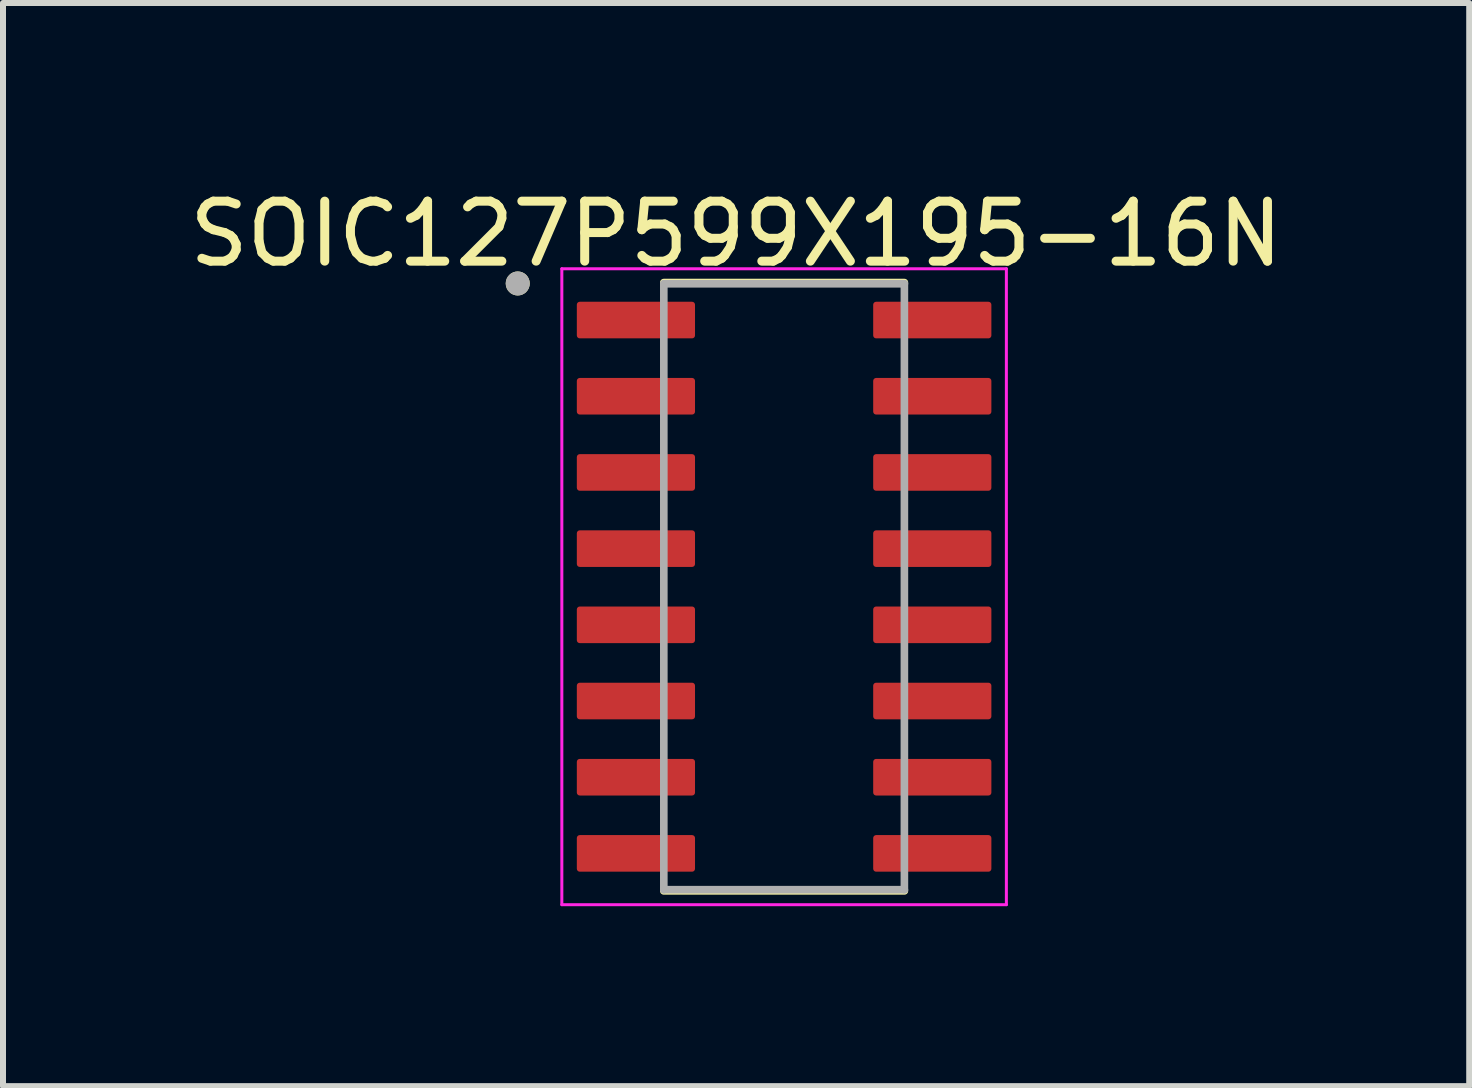
<source format=kicad_pcb>
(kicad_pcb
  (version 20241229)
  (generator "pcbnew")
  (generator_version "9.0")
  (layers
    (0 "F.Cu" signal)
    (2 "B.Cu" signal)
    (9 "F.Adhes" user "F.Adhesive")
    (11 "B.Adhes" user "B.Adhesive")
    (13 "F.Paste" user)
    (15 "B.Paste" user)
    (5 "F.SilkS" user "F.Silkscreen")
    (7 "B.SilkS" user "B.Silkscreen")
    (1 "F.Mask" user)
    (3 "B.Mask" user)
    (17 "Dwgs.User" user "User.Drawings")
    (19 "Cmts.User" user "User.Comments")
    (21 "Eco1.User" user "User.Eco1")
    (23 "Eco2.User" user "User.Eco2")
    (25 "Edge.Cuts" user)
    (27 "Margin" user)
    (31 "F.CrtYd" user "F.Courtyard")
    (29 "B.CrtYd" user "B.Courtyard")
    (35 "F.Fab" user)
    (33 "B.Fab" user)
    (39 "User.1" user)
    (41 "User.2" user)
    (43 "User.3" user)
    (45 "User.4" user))
  (footprint "SOIC127P599X195-16N"
    (layer "F.Cu")
    (at 10.02 6.73)
    (property "Reference" "SOIC127P599X195-16N" (at -0.8 -5.882 0) (layer "F.SilkS") (effects (font (size 1 1) (thickness 0.15))))
    (attr through_hole)
    (fp_line (start -2.005 -5.07) (end 2.005 -5.07) (stroke (width 0.127) (type solid)) (layer "F.SilkS"))
    (fp_line (start -2.005 5.07) (end 2.005 5.07) (stroke (width 0.127) (type solid)) (layer "F.SilkS"))
    (fp_circle (center -4.44 -5.055) (end -4.34 -5.055) (stroke (width 0.2) (type solid)) (fill no) (layer "F.SilkS"))
    (fp_line (start -3.705 -5.3) (end -3.705 5.3) (stroke (width 0.05) (type solid)) (layer "F.CrtYd"))
    (fp_line (start -3.705 -5.3) (end 3.705 -5.3) (stroke (width 0.05) (type solid)) (layer "F.CrtYd"))
    (fp_line (start -3.705 5.3) (end 3.705 5.3) (stroke (width 0.05) (type solid)) (layer "F.CrtYd"))
    (fp_line (start 3.705 -5.3) (end 3.705 5.3) (stroke (width 0.05) (type solid)) (layer "F.CrtYd"))
    (fp_line (start -2.005 -5.05) (end -2.005 5.05) (stroke (width 0.127) (type solid)) (layer "F.Fab"))
    (fp_line (start -2.005 -5.05) (end 2.005 -5.05) (stroke (width 0.127) (type solid)) (layer "F.Fab"))
    (fp_line (start -2.005 5.05) (end 2.005 5.05) (stroke (width 0.127) (type solid)) (layer "F.Fab"))
    (fp_line (start 2.005 -5.05) (end 2.005 5.05) (stroke (width 0.127) (type solid)) (layer "F.Fab"))
    (fp_circle (center -4.44 -5.055) (end -4.34 -5.055) (stroke (width 0.2) (type solid)) (fill no) (layer "F.Fab"))
    (pad "1" smd roundrect (at -2.47 -4.445) (size 1.97 0.61) (layers "F.Cu" "F.Mask" "F.Paste") (roundrect_rratio 0.08))
    (pad "2" smd roundrect (at -2.47 -3.175) (size 1.97 0.61) (layers "F.Cu" "F.Mask" "F.Paste") (roundrect_rratio 0.08))
    (pad "3" smd roundrect (at -2.47 -1.905) (size 1.97 0.61) (layers "F.Cu" "F.Mask" "F.Paste") (roundrect_rratio 0.08))
    (pad "4" smd roundrect (at -2.47 -0.635) (size 1.97 0.61) (layers "F.Cu" "F.Mask" "F.Paste") (roundrect_rratio 0.08))
    (pad "5" smd roundrect (at -2.47 0.635) (size 1.97 0.61) (layers "F.Cu" "F.Mask" "F.Paste") (roundrect_rratio 0.08))
    (pad "6" smd roundrect (at -2.47 1.905) (size 1.97 0.61) (layers "F.Cu" "F.Mask" "F.Paste") (roundrect_rratio 0.08))
    (pad "7" smd roundrect (at -2.47 3.175) (size 1.97 0.61) (layers "F.Cu" "F.Mask" "F.Paste") (roundrect_rratio 0.08))
    (pad "8" smd roundrect (at -2.47 4.445) (size 1.97 0.61) (layers "F.Cu" "F.Mask" "F.Paste") (roundrect_rratio 0.08))
    (pad "9" smd roundrect (at 2.47 4.445) (size 1.97 0.61) (layers "F.Cu" "F.Mask" "F.Paste") (roundrect_rratio 0.08))
    (pad "10" smd roundrect (at 2.47 3.175) (size 1.97 0.61) (layers "F.Cu" "F.Mask" "F.Paste") (roundrect_rratio 0.08))
    (pad "11" smd roundrect (at 2.47 1.905) (size 1.97 0.61) (layers "F.Cu" "F.Mask" "F.Paste") (roundrect_rratio 0.08))
    (pad "12" smd roundrect (at 2.47 0.635) (size 1.97 0.61) (layers "F.Cu" "F.Mask" "F.Paste") (roundrect_rratio 0.08))
    (pad "13" smd roundrect (at 2.47 -0.635) (size 1.97 0.61) (layers "F.Cu" "F.Mask" "F.Paste") (roundrect_rratio 0.08))
    (pad "14" smd roundrect (at 2.47 -1.905) (size 1.97 0.61) (layers "F.Cu" "F.Mask" "F.Paste") (roundrect_rratio 0.08))
    (pad "15" smd roundrect (at 2.47 -3.175) (size 1.97 0.61) (layers "F.Cu" "F.Mask" "F.Paste") (roundrect_rratio 0.08))
    (pad "16" smd roundrect (at 2.47 -4.445) (size 1.97 0.61) (layers "F.Cu" "F.Mask" "F.Paste") (roundrect_rratio 0.08)))
  (gr_rect
    (start -3 -3)
    (end 21.44 15.055)
    (stroke (width 0.1) (type default))
    (fill no)
    (layer "Edge.Cuts")))
</source>
